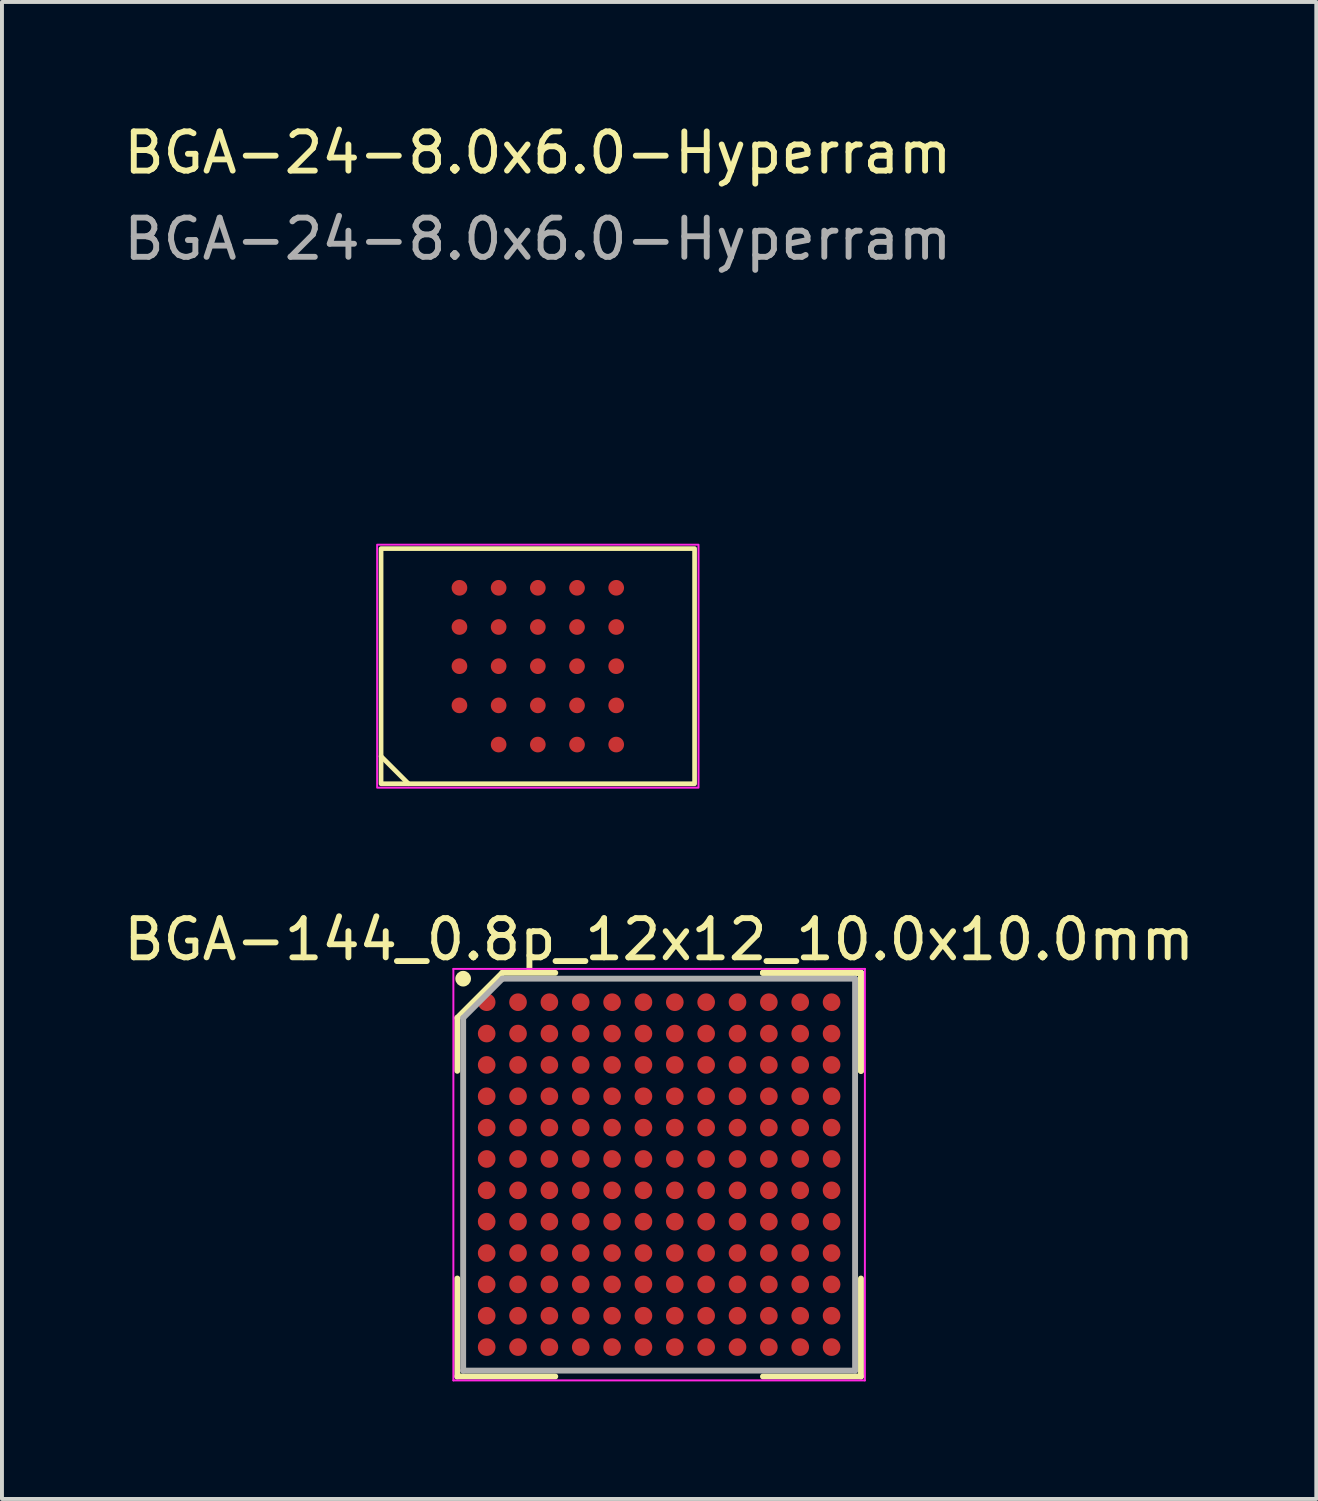
<source format=kicad_pcb>
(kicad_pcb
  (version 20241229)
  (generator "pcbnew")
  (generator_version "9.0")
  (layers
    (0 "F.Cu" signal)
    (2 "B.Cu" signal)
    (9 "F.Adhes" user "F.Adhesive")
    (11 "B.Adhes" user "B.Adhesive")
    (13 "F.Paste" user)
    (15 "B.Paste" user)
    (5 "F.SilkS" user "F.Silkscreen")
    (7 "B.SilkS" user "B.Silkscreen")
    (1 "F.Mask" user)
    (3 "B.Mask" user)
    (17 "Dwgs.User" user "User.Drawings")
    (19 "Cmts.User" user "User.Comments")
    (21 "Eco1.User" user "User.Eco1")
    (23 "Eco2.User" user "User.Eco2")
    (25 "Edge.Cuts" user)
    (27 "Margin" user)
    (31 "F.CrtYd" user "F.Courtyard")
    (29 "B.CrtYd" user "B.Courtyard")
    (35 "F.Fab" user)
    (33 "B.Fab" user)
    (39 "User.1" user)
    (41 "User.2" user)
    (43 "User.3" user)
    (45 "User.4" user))
  (footprint "BGA-144_0.8p_12x12_10.0x10.0mm"
    (layer "F.Cu")
    (at 13.768 26.922)
    (property "Reference" "BGA-144_0.8p_12x12_10.0x10.0mm" (at 0 -6 0) (layer "F.SilkS") (effects (font (size 1 1) (thickness 0.15))))
    (attr smd)
    (fp_line (start -5.15 -4) (end -5.15 -2.65) (stroke (width 0.15) (type solid)) (layer "F.SilkS"))
    (fp_line (start -5.15 5.15) (end -5.15 2.65) (stroke (width 0.15) (type solid)) (layer "F.SilkS"))
    (fp_line (start -4 -5.15) (end -5.15 -4) (stroke (width 0.15) (type solid)) (layer "F.SilkS"))
    (fp_line (start -2.65 -5.15) (end -4 -5.15) (stroke (width 0.15) (type solid)) (layer "F.SilkS"))
    (fp_line (start -2.65 5.15) (end -5.15 5.15) (stroke (width 0.15) (type solid)) (layer "F.SilkS"))
    (fp_line (start 2.65 -5.15) (end 5.15 -5.15) (stroke (width 0.15) (type solid)) (layer "F.SilkS"))
    (fp_line (start 2.65 -5.15) (end 5.15 -5.15) (stroke (width 0.15) (type solid)) (layer "F.SilkS"))
    (fp_line (start 2.65 -5.15) (end 5.15 -5.15) (stroke (width 0.15) (type solid)) (layer "F.SilkS"))
    (fp_line (start 2.65 5.15) (end 5.15 5.15) (stroke (width 0.15) (type solid)) (layer "F.SilkS"))
    (fp_line (start 5.15 -5.15) (end 5.15 -2.65) (stroke (width 0.15) (type solid)) (layer "F.SilkS"))
    (fp_line (start 5.15 -5.15) (end 5.15 -2.65) (stroke (width 0.15) (type solid)) (layer "F.SilkS"))
    (fp_line (start 5.15 -5.15) (end 5.15 -2.65) (stroke (width 0.15) (type solid)) (layer "F.SilkS"))
    (fp_line (start 5.15 5.15) (end 5.15 2.65) (stroke (width 0.15) (type solid)) (layer "F.SilkS"))
    (fp_circle (center -5 -5) (end -5 -4.9) (stroke (width 0.2) (type solid)) (fill no) (layer "F.SilkS"))
    (fp_line (start -5.25 -5.25) (end 5.25 -5.25) (stroke (width 0.05) (type solid)) (layer "F.CrtYd"))
    (fp_line (start -5.25 5.25) (end -5.25 -5.25) (stroke (width 0.05) (type solid)) (layer "F.CrtYd"))
    (fp_line (start 5.25 -5.25) (end 5.25 5.25) (stroke (width 0.05) (type solid)) (layer "F.CrtYd"))
    (fp_line (start 5.25 5.25) (end -5.25 5.25) (stroke (width 0.05) (type solid)) (layer "F.CrtYd"))
    (fp_line (start -5 -4) (end -5 5) (stroke (width 0.15) (type solid)) (layer "F.Fab"))
    (fp_line (start -5 5) (end 5 5) (stroke (width 0.15) (type solid)) (layer "F.Fab"))
    (fp_line (start -4 -5) (end -5 -4) (stroke (width 0.15) (type solid)) (layer "F.Fab"))
    (fp_line (start 5 -5) (end -4 -5) (stroke (width 0.15) (type solid)) (layer "F.Fab"))
    (fp_line (start 5 5) (end 5 -5) (stroke (width 0.15) (type solid)) (layer "F.Fab"))
    (pad "A1" smd circle (at -4.4 -4.4) (size 0.45 0.45) (layers "F.Cu" "F.Mask" "F.Paste"))
    (pad "A2" smd circle (at -3.6 -4.4) (size 0.45 0.45) (layers "F.Cu" "F.Mask" "F.Paste"))
    (pad "A3" smd circle (at -2.8 -4.4) (size 0.45 0.45) (layers "F.Cu" "F.Mask" "F.Paste"))
    (pad "A4" smd circle (at -2 -4.4) (size 0.45 0.45) (layers "F.Cu" "F.Mask" "F.Paste"))
    (pad "A5" smd circle (at -1.2 -4.4) (size 0.45 0.45) (layers "F.Cu" "F.Mask" "F.Paste"))
    (pad "A6" smd circle (at -0.4 -4.4) (size 0.45 0.45) (layers "F.Cu" "F.Mask" "F.Paste"))
    (pad "A7" smd circle (at 0.4 -4.4) (size 0.45 0.45) (layers "F.Cu" "F.Mask" "F.Paste"))
    (pad "A8" smd circle (at 1.2 -4.4) (size 0.45 0.45) (layers "F.Cu" "F.Mask" "F.Paste"))
    (pad "A9" smd circle (at 2 -4.4) (size 0.45 0.45) (layers "F.Cu" "F.Mask" "F.Paste"))
    (pad "A10" smd circle (at 2.8 -4.4) (size 0.45 0.45) (layers "F.Cu" "F.Mask" "F.Paste"))
    (pad "A11" smd circle (at 3.6 -4.4) (size 0.45 0.45) (layers "F.Cu" "F.Mask" "F.Paste"))
    (pad "A12" smd circle (at 4.4 -4.4) (size 0.45 0.45) (layers "F.Cu" "F.Mask" "F.Paste"))
    (pad "B1" smd circle (at -4.4 -3.6) (size 0.45 0.45) (layers "F.Cu" "F.Mask" "F.Paste"))
    (pad "B2" smd circle (at -3.6 -3.6) (size 0.45 0.45) (layers "F.Cu" "F.Mask" "F.Paste"))
    (pad "B3" smd circle (at -2.8 -3.6) (size 0.45 0.45) (layers "F.Cu" "F.Mask" "F.Paste"))
    (pad "B4" smd circle (at -2 -3.6) (size 0.45 0.45) (layers "F.Cu" "F.Mask" "F.Paste"))
    (pad "B5" smd circle (at -1.2 -3.6) (size 0.45 0.45) (layers "F.Cu" "F.Mask" "F.Paste"))
    (pad "B6" smd circle (at -0.4 -3.6) (size 0.45 0.45) (layers "F.Cu" "F.Mask" "F.Paste"))
    (pad "B7" smd circle (at 0.4 -3.6) (size 0.45 0.45) (layers "F.Cu" "F.Mask" "F.Paste"))
    (pad "B8" smd circle (at 1.2 -3.6) (size 0.45 0.45) (layers "F.Cu" "F.Mask" "F.Paste"))
    (pad "B9" smd circle (at 2 -3.6) (size 0.45 0.45) (layers "F.Cu" "F.Mask" "F.Paste"))
    (pad "B10" smd circle (at 2.8 -3.6) (size 0.45 0.45) (layers "F.Cu" "F.Mask" "F.Paste"))
    (pad "B11" smd circle (at 3.6 -3.6) (size 0.45 0.45) (layers "F.Cu" "F.Mask" "F.Paste"))
    (pad "B12" smd circle (at 4.4 -3.6) (size 0.45 0.45) (layers "F.Cu" "F.Mask" "F.Paste"))
    (pad "C1" smd circle (at -4.4 -2.8) (size 0.45 0.45) (layers "F.Cu" "F.Mask" "F.Paste"))
    (pad "C2" smd circle (at -3.6 -2.8) (size 0.45 0.45) (layers "F.Cu" "F.Mask" "F.Paste"))
    (pad "C3" smd circle (at -2.8 -2.8) (size 0.45 0.45) (layers "F.Cu" "F.Mask" "F.Paste"))
    (pad "C4" smd circle (at -2 -2.8) (size 0.45 0.45) (layers "F.Cu" "F.Mask" "F.Paste"))
    (pad "C5" smd circle (at -1.2 -2.8) (size 0.45 0.45) (layers "F.Cu" "F.Mask" "F.Paste"))
    (pad "C6" smd circle (at -0.4 -2.8) (size 0.45 0.45) (layers "F.Cu" "F.Mask" "F.Paste"))
    (pad "C7" smd circle (at 0.4 -2.8) (size 0.45 0.45) (layers "F.Cu" "F.Mask" "F.Paste"))
    (pad "C8" smd circle (at 1.2 -2.8) (size 0.45 0.45) (layers "F.Cu" "F.Mask" "F.Paste"))
    (pad "C9" smd circle (at 2 -2.8) (size 0.45 0.45) (layers "F.Cu" "F.Mask" "F.Paste"))
    (pad "C10" smd circle (at 2.8 -2.8) (size 0.45 0.45) (layers "F.Cu" "F.Mask" "F.Paste"))
    (pad "C11" smd circle (at 3.6 -2.8) (size 0.45 0.45) (layers "F.Cu" "F.Mask" "F.Paste"))
    (pad "C12" smd circle (at 4.4 -2.8) (size 0.45 0.45) (layers "F.Cu" "F.Mask" "F.Paste"))
    (pad "D1" smd circle (at -4.4 -2) (size 0.45 0.45) (layers "F.Cu" "F.Mask" "F.Paste"))
    (pad "D2" smd circle (at -3.6 -2) (size 0.45 0.45) (layers "F.Cu" "F.Mask" "F.Paste"))
    (pad "D3" smd circle (at -2.8 -2) (size 0.45 0.45) (layers "F.Cu" "F.Mask" "F.Paste"))
    (pad "D4" smd circle (at -2 -2) (size 0.45 0.45) (layers "F.Cu" "F.Mask" "F.Paste"))
    (pad "D5" smd circle (at -1.2 -2) (size 0.45 0.45) (layers "F.Cu" "F.Mask" "F.Paste"))
    (pad "D6" smd circle (at -0.4 -2) (size 0.45 0.45) (layers "F.Cu" "F.Mask" "F.Paste"))
    (pad "D7" smd circle (at 0.4 -2) (size 0.45 0.45) (layers "F.Cu" "F.Mask" "F.Paste"))
    (pad "D8" smd circle (at 1.2 -2) (size 0.45 0.45) (layers "F.Cu" "F.Mask" "F.Paste"))
    (pad "D9" smd circle (at 2 -2) (size 0.45 0.45) (layers "F.Cu" "F.Mask" "F.Paste"))
    (pad "D10" smd circle (at 2.8 -2) (size 0.45 0.45) (layers "F.Cu" "F.Mask" "F.Paste"))
    (pad "D11" smd circle (at 3.6 -2) (size 0.45 0.45) (layers "F.Cu" "F.Mask" "F.Paste"))
    (pad "D12" smd circle (at 4.4 -2) (size 0.45 0.45) (layers "F.Cu" "F.Mask" "F.Paste"))
    (pad "E1" smd circle (at -4.4 -1.2) (size 0.45 0.45) (layers "F.Cu" "F.Mask" "F.Paste"))
    (pad "E2" smd circle (at -3.6 -1.2) (size 0.45 0.45) (layers "F.Cu" "F.Mask" "F.Paste"))
    (pad "E3" smd circle (at -2.8 -1.2) (size 0.45 0.45) (layers "F.Cu" "F.Mask" "F.Paste"))
    (pad "E4" smd circle (at -2 -1.2) (size 0.45 0.45) (layers "F.Cu" "F.Mask" "F.Paste"))
    (pad "E5" smd circle (at -1.2 -1.2) (size 0.45 0.45) (layers "F.Cu" "F.Mask" "F.Paste"))
    (pad "E6" smd circle (at -0.4 -1.2) (size 0.45 0.45) (layers "F.Cu" "F.Mask" "F.Paste"))
    (pad "E7" smd circle (at 0.4 -1.2) (size 0.45 0.45) (layers "F.Cu" "F.Mask" "F.Paste"))
    (pad "E8" smd circle (at 1.2 -1.2) (size 0.45 0.45) (layers "F.Cu" "F.Mask" "F.Paste"))
    (pad "E9" smd circle (at 2 -1.2) (size 0.45 0.45) (layers "F.Cu" "F.Mask" "F.Paste"))
    (pad "E10" smd circle (at 2.8 -1.2) (size 0.45 0.45) (layers "F.Cu" "F.Mask" "F.Paste"))
    (pad "E11" smd circle (at 3.6 -1.2) (size 0.45 0.45) (layers "F.Cu" "F.Mask" "F.Paste"))
    (pad "E12" smd circle (at 4.4 -1.2) (size 0.45 0.45) (layers "F.Cu" "F.Mask" "F.Paste"))
    (pad "F1" smd circle (at -4.4 -0.4) (size 0.45 0.45) (layers "F.Cu" "F.Mask" "F.Paste"))
    (pad "F2" smd circle (at -3.6 -0.4) (size 0.45 0.45) (layers "F.Cu" "F.Mask" "F.Paste"))
    (pad "F3" smd circle (at -2.8 -0.4) (size 0.45 0.45) (layers "F.Cu" "F.Mask" "F.Paste"))
    (pad "F4" smd circle (at -2 -0.4) (size 0.45 0.45) (layers "F.Cu" "F.Mask" "F.Paste"))
    (pad "F5" smd circle (at -1.2 -0.4) (size 0.45 0.45) (layers "F.Cu" "F.Mask" "F.Paste"))
    (pad "F6" smd circle (at -0.4 -0.4) (size 0.45 0.45) (layers "F.Cu" "F.Mask" "F.Paste"))
    (pad "F7" smd circle (at 0.4 -0.4) (size 0.45 0.45) (layers "F.Cu" "F.Mask" "F.Paste"))
    (pad "F8" smd circle (at 1.2 -0.4) (size 0.45 0.45) (layers "F.Cu" "F.Mask" "F.Paste"))
    (pad "F9" smd circle (at 2 -0.4) (size 0.45 0.45) (layers "F.Cu" "F.Mask" "F.Paste"))
    (pad "F10" smd circle (at 2.8 -0.4) (size 0.45 0.45) (layers "F.Cu" "F.Mask" "F.Paste"))
    (pad "F11" smd circle (at 3.6 -0.4) (size 0.45 0.45) (layers "F.Cu" "F.Mask" "F.Paste"))
    (pad "F12" smd circle (at 4.4 -0.4) (size 0.45 0.45) (layers "F.Cu" "F.Mask" "F.Paste"))
    (pad "G1" smd circle (at -4.4 0.4) (size 0.45 0.45) (layers "F.Cu" "F.Mask" "F.Paste"))
    (pad "G2" smd circle (at -3.6 0.4) (size 0.45 0.45) (layers "F.Cu" "F.Mask" "F.Paste"))
    (pad "G3" smd circle (at -2.8 0.4) (size 0.45 0.45) (layers "F.Cu" "F.Mask" "F.Paste"))
    (pad "G4" smd circle (at -2 0.4) (size 0.45 0.45) (layers "F.Cu" "F.Mask" "F.Paste"))
    (pad "G5" smd circle (at -1.2 0.4) (size 0.45 0.45) (layers "F.Cu" "F.Mask" "F.Paste"))
    (pad "G6" smd circle (at -0.4 0.4) (size 0.45 0.45) (layers "F.Cu" "F.Mask" "F.Paste"))
    (pad "G7" smd circle (at 0.4 0.4) (size 0.45 0.45) (layers "F.Cu" "F.Mask" "F.Paste"))
    (pad "G8" smd circle (at 1.2 0.4) (size 0.45 0.45) (layers "F.Cu" "F.Mask" "F.Paste"))
    (pad "G9" smd circle (at 2 0.4) (size 0.45 0.45) (layers "F.Cu" "F.Mask" "F.Paste"))
    (pad "G10" smd circle (at 2.8 0.4) (size 0.45 0.45) (layers "F.Cu" "F.Mask" "F.Paste"))
    (pad "G11" smd circle (at 3.6 0.4) (size 0.45 0.45) (layers "F.Cu" "F.Mask" "F.Paste"))
    (pad "G12" smd circle (at 4.4 0.4) (size 0.45 0.45) (layers "F.Cu" "F.Mask" "F.Paste"))
    (pad "H1" smd circle (at -4.4 1.2) (size 0.45 0.45) (layers "F.Cu" "F.Mask" "F.Paste"))
    (pad "H2" smd circle (at -3.6 1.2) (size 0.45 0.45) (layers "F.Cu" "F.Mask" "F.Paste"))
    (pad "H3" smd circle (at -2.8 1.2) (size 0.45 0.45) (layers "F.Cu" "F.Mask" "F.Paste"))
    (pad "H4" smd circle (at -2 1.2) (size 0.45 0.45) (layers "F.Cu" "F.Mask" "F.Paste"))
    (pad "H5" smd circle (at -1.2 1.2) (size 0.45 0.45) (layers "F.Cu" "F.Mask" "F.Paste"))
    (pad "H6" smd circle (at -0.4 1.2) (size 0.45 0.45) (layers "F.Cu" "F.Mask" "F.Paste"))
    (pad "H7" smd circle (at 0.4 1.2) (size 0.45 0.45) (layers "F.Cu" "F.Mask" "F.Paste"))
    (pad "H8" smd circle (at 1.2 1.2) (size 0.45 0.45) (layers "F.Cu" "F.Mask" "F.Paste"))
    (pad "H9" smd circle (at 2 1.2) (size 0.45 0.45) (layers "F.Cu" "F.Mask" "F.Paste"))
    (pad "H10" smd circle (at 2.8 1.2) (size 0.45 0.45) (layers "F.Cu" "F.Mask" "F.Paste"))
    (pad "H11" smd circle (at 3.6 1.2) (size 0.45 0.45) (layers "F.Cu" "F.Mask" "F.Paste"))
    (pad "H12" smd circle (at 4.4 1.2) (size 0.45 0.45) (layers "F.Cu" "F.Mask" "F.Paste"))
    (pad "J1" smd circle (at -4.4 2) (size 0.45 0.45) (layers "F.Cu" "F.Mask" "F.Paste"))
    (pad "J2" smd circle (at -3.6 2) (size 0.45 0.45) (layers "F.Cu" "F.Mask" "F.Paste"))
    (pad "J3" smd circle (at -2.8 2) (size 0.45 0.45) (layers "F.Cu" "F.Mask" "F.Paste"))
    (pad "J4" smd circle (at -2 2) (size 0.45 0.45) (layers "F.Cu" "F.Mask" "F.Paste"))
    (pad "J5" smd circle (at -1.2 2) (size 0.45 0.45) (layers "F.Cu" "F.Mask" "F.Paste"))
    (pad "J6" smd circle (at -0.4 2) (size 0.45 0.45) (layers "F.Cu" "F.Mask" "F.Paste"))
    (pad "J7" smd circle (at 0.4 2) (size 0.45 0.45) (layers "F.Cu" "F.Mask" "F.Paste"))
    (pad "J8" smd circle (at 1.2 2) (size 0.45 0.45) (layers "F.Cu" "F.Mask" "F.Paste"))
    (pad "J9" smd circle (at 2 2) (size 0.45 0.45) (layers "F.Cu" "F.Mask" "F.Paste"))
    (pad "J10" smd circle (at 2.8 2) (size 0.45 0.45) (layers "F.Cu" "F.Mask" "F.Paste"))
    (pad "J11" smd circle (at 3.6 2) (size 0.45 0.45) (layers "F.Cu" "F.Mask" "F.Paste"))
    (pad "J12" smd circle (at 4.4 2) (size 0.45 0.45) (layers "F.Cu" "F.Mask" "F.Paste"))
    (pad "K1" smd circle (at -4.4 2.8) (size 0.45 0.45) (layers "F.Cu" "F.Mask" "F.Paste"))
    (pad "K2" smd circle (at -3.6 2.8) (size 0.45 0.45) (layers "F.Cu" "F.Mask" "F.Paste"))
    (pad "K3" smd circle (at -2.8 2.8) (size 0.45 0.45) (layers "F.Cu" "F.Mask" "F.Paste"))
    (pad "K4" smd circle (at -2 2.8) (size 0.45 0.45) (layers "F.Cu" "F.Mask" "F.Paste"))
    (pad "K5" smd circle (at -1.2 2.8) (size 0.45 0.45) (layers "F.Cu" "F.Mask" "F.Paste"))
    (pad "K6" smd circle (at -0.4 2.8) (size 0.45 0.45) (layers "F.Cu" "F.Mask" "F.Paste"))
    (pad "K7" smd circle (at 0.4 2.8) (size 0.45 0.45) (layers "F.Cu" "F.Mask" "F.Paste"))
    (pad "K8" smd circle (at 1.2 2.8) (size 0.45 0.45) (layers "F.Cu" "F.Mask" "F.Paste"))
    (pad "K9" smd circle (at 2 2.8) (size 0.45 0.45) (layers "F.Cu" "F.Mask" "F.Paste"))
    (pad "K10" smd circle (at 2.8 2.8) (size 0.45 0.45) (layers "F.Cu" "F.Mask" "F.Paste"))
    (pad "K11" smd circle (at 3.6 2.8) (size 0.45 0.45) (layers "F.Cu" "F.Mask" "F.Paste"))
    (pad "K12" smd circle (at 4.4 2.8) (size 0.45 0.45) (layers "F.Cu" "F.Mask" "F.Paste"))
    (pad "L1" smd circle (at -4.4 3.6) (size 0.45 0.45) (layers "F.Cu" "F.Mask" "F.Paste"))
    (pad "L2" smd circle (at -3.6 3.6) (size 0.45 0.45) (layers "F.Cu" "F.Mask" "F.Paste"))
    (pad "L3" smd circle (at -2.8 3.6) (size 0.45 0.45) (layers "F.Cu" "F.Mask" "F.Paste"))
    (pad "L4" smd circle (at -2 3.6) (size 0.45 0.45) (layers "F.Cu" "F.Mask" "F.Paste"))
    (pad "L5" smd circle (at -1.2 3.6) (size 0.45 0.45) (layers "F.Cu" "F.Mask" "F.Paste"))
    (pad "L6" smd circle (at -0.4 3.6) (size 0.45 0.45) (layers "F.Cu" "F.Mask" "F.Paste"))
    (pad "L7" smd circle (at 0.4 3.6) (size 0.45 0.45) (layers "F.Cu" "F.Mask" "F.Paste"))
    (pad "L8" smd circle (at 1.2 3.6) (size 0.45 0.45) (layers "F.Cu" "F.Mask" "F.Paste"))
    (pad "L9" smd circle (at 2 3.6) (size 0.45 0.45) (layers "F.Cu" "F.Mask" "F.Paste"))
    (pad "L10" smd circle (at 2.8 3.6) (size 0.45 0.45) (layers "F.Cu" "F.Mask" "F.Paste"))
    (pad "L11" smd circle (at 3.6 3.6) (size 0.45 0.45) (layers "F.Cu" "F.Mask" "F.Paste"))
    (pad "L12" smd circle (at 4.4 3.6) (size 0.45 0.45) (layers "F.Cu" "F.Mask" "F.Paste"))
    (pad "M1" smd circle (at -4.4 4.4) (size 0.45 0.45) (layers "F.Cu" "F.Mask" "F.Paste"))
    (pad "M2" smd circle (at -3.6 4.4) (size 0.45 0.45) (layers "F.Cu" "F.Mask" "F.Paste"))
    (pad "M3" smd circle (at -2.8 4.4) (size 0.45 0.45) (layers "F.Cu" "F.Mask" "F.Paste"))
    (pad "M4" smd circle (at -2 4.4) (size 0.45 0.45) (layers "F.Cu" "F.Mask" "F.Paste"))
    (pad "M5" smd circle (at -1.2 4.4) (size 0.45 0.45) (layers "F.Cu" "F.Mask" "F.Paste"))
    (pad "M6" smd circle (at -0.4 4.4) (size 0.45 0.45) (layers "F.Cu" "F.Mask" "F.Paste"))
    (pad "M7" smd circle (at 0.4 4.4) (size 0.45 0.45) (layers "F.Cu" "F.Mask" "F.Paste"))
    (pad "M8" smd circle (at 1.2 4.4) (size 0.45 0.45) (layers "F.Cu" "F.Mask" "F.Paste"))
    (pad "M9" smd circle (at 2 4.4) (size 0.45 0.45) (layers "F.Cu" "F.Mask" "F.Paste"))
    (pad "M10" smd circle (at 2.8 4.4) (size 0.45 0.45) (layers "F.Cu" "F.Mask" "F.Paste"))
    (pad "M11" smd circle (at 3.6 4.4) (size 0.45 0.45) (layers "F.Cu" "F.Mask" "F.Paste"))
    (pad "M12" smd circle (at 4.4 4.4) (size 0.45 0.45) (layers "F.Cu" "F.Mask" "F.Paste")))
  (footprint "BGA-24-8.0x6.0-Hyperram"
    (layer "F.Cu")
    (at 10.673 13.948)
    (property "Reference" "BGA-24-8.0x6.0-Hyperram" (at 0 -13.1 0) (unlocked yes) (layer "F.SilkS") (effects (font (size 1 1) (thickness 0.15))))
    (attr smd)
    (fp_line (start -4 2.3) (end -3.3 3) (stroke (width 0.12) (type default)) (layer "F.SilkS"))
    (fp_rect (start -4 -3) (end 4 3) (stroke (width 0.12) (type default)) (fill no) (layer "F.SilkS"))
    (fp_rect (start -4.1 -3.1) (end 4.1 3.1) (stroke (width 0.05) (type default)) (fill no) (layer "F.CrtYd"))
    (fp_text user "${REFERENCE}" (at 0 -10.9 0) (unlocked yes) (layer "F.Fab") (effects (font (size 1 1) (thickness 0.15))))
    (pad "A2" smd circle (at -2 1) (size 0.4 0.4) (layers "F.Cu" "F.Mask" "F.Paste"))
    (pad "A3" smd circle (at -2 0) (size 0.4 0.4) (layers "F.Cu" "F.Mask" "F.Paste"))
    (pad "A4" smd circle (at -2 -1) (size 0.4 0.4) (layers "F.Cu" "F.Mask" "F.Paste"))
    (pad "A5" smd circle (at -2 -2) (size 0.4 0.4) (layers "F.Cu" "F.Mask" "F.Paste"))
    (pad "B1" smd circle (at -1 2) (size 0.4 0.4) (layers "F.Cu" "F.Mask" "F.Paste"))
    (pad "B2" smd circle (at -1 1) (size 0.4 0.4) (layers "F.Cu" "F.Mask" "F.Paste"))
    (pad "B3" smd circle (at -1 0) (size 0.4 0.4) (layers "F.Cu" "F.Mask" "F.Paste"))
    (pad "B4" smd circle (at -1 -1) (size 0.4 0.4) (layers "F.Cu" "F.Mask" "F.Paste"))
    (pad "B5" smd circle (at -1 -2) (size 0.4 0.4) (layers "F.Cu" "F.Mask" "F.Paste"))
    (pad "C1" smd circle (at 0 2) (size 0.4 0.4) (layers "F.Cu" "F.Mask" "F.Paste"))
    (pad "C2" smd circle (at 0 1) (size 0.4 0.4) (layers "F.Cu" "F.Mask" "F.Paste"))
    (pad "C3" smd circle (at 0 0) (size 0.4 0.4) (layers "F.Cu" "F.Mask" "F.Paste"))
    (pad "C4" smd circle (at 0 -1) (size 0.4 0.4) (layers "F.Cu" "F.Mask" "F.Paste"))
    (pad "C5" smd circle (at 0 -2) (size 0.4 0.4) (layers "F.Cu" "F.Mask" "F.Paste"))
    (pad "D1" smd circle (at 1 2) (size 0.4 0.4) (layers "F.Cu" "F.Mask" "F.Paste"))
    (pad "D2" smd circle (at 1 1) (size 0.4 0.4) (layers "F.Cu" "F.Mask" "F.Paste"))
    (pad "D3" smd circle (at 1 0) (size 0.4 0.4) (layers "F.Cu" "F.Mask" "F.Paste"))
    (pad "D4" smd circle (at 1 -1) (size 0.4 0.4) (layers "F.Cu" "F.Mask" "F.Paste"))
    (pad "D5" smd circle (at 1 -2) (size 0.4 0.4) (layers "F.Cu" "F.Mask" "F.Paste"))
    (pad "E1" smd circle (at 2 2) (size 0.4 0.4) (layers "F.Cu" "F.Mask" "F.Paste"))
    (pad "E2" smd circle (at 2 1) (size 0.4 0.4) (layers "F.Cu" "F.Mask" "F.Paste"))
    (pad "E3" smd circle (at 2 0) (size 0.4 0.4) (layers "F.Cu" "F.Mask" "F.Paste"))
    (pad "E4" smd circle (at 2 -1) (size 0.4 0.4) (layers "F.Cu" "F.Mask" "F.Paste"))
    (pad "E5" smd circle (at 2 -2) (size 0.4 0.4) (layers "F.Cu" "F.Mask" "F.Paste")))
  (gr_rect
    (start -3 -3)
    (end 30.536 35.197)
    (stroke (width 0.1) (type default))
    (fill no)
    (layer "Edge.Cuts")))
</source>
